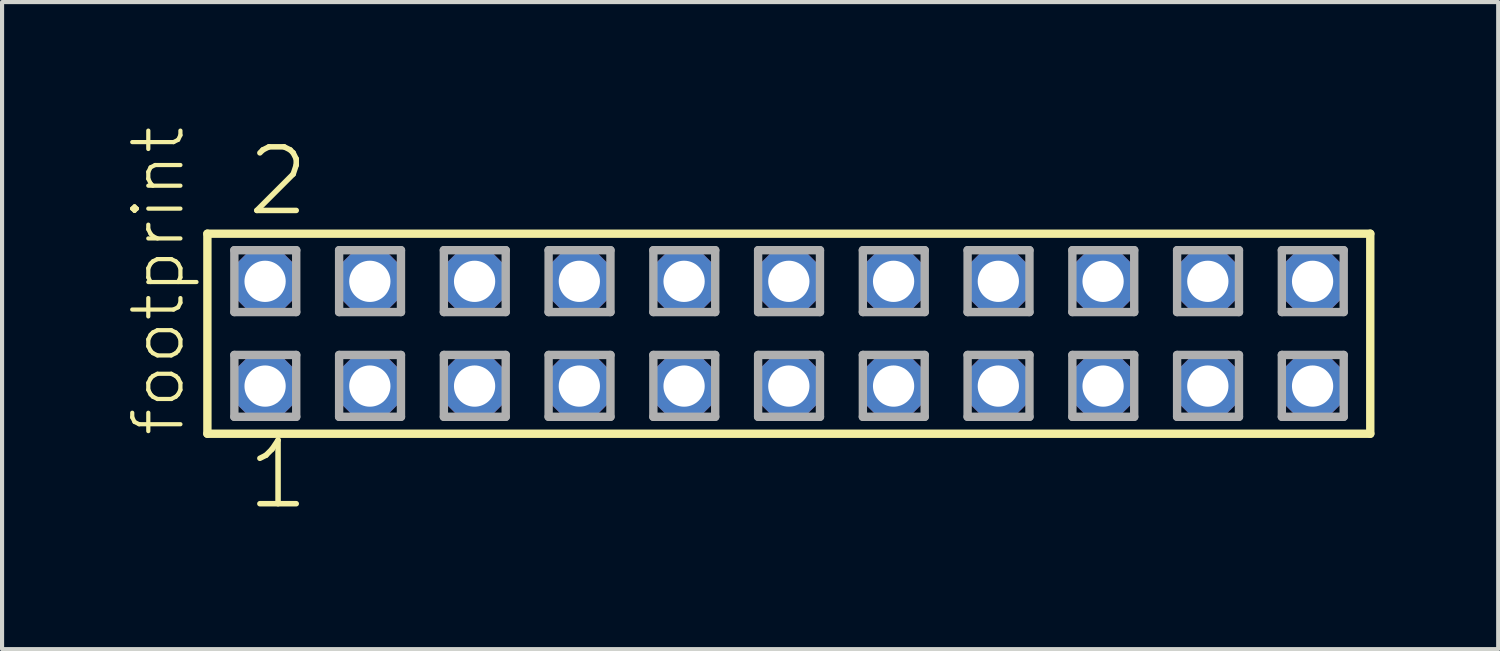
<source format=kicad_pcb>
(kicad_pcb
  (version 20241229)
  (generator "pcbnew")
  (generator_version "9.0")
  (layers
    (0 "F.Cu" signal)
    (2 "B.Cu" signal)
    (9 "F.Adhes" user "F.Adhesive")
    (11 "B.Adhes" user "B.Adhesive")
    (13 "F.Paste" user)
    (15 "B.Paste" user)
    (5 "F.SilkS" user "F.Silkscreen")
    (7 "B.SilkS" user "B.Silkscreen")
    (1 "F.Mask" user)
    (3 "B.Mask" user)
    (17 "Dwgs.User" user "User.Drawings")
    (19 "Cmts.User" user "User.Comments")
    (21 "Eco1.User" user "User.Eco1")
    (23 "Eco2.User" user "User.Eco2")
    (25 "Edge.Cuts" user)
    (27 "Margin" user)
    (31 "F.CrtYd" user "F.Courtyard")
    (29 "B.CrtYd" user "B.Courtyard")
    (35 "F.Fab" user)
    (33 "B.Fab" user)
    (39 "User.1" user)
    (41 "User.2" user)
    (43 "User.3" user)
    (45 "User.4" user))
  (footprint "footprint"
    (layer "F.Cu")
    (at 16.078 5.042)
    (property "Reference" "footprint" (at -14.605 2.54 90) (layer "F.SilkS") (effects (font (size 1.168 1.168) (thickness 0.102)) (justify left bottom)))
    (fp_line (start -14.099 -2.425) (end 14.099 -2.425) (stroke (width 0.203) (type solid)) (layer "F.SilkS"))
    (fp_line (start -14.099 2.425) (end -14.099 -2.425) (stroke (width 0.203) (type solid)) (layer "F.SilkS"))
    (fp_line (start 14.099 -2.425) (end 14.099 2.425) (stroke (width 0.203) (type solid)) (layer "F.SilkS"))
    (fp_line (start 14.099 2.425) (end -14.099 2.425) (stroke (width 0.203) (type solid)) (layer "F.SilkS"))
    (fp_line (start -13.445 -2.025) (end -11.945 -2.025) (stroke (width 0.203) (type solid)) (layer "F.Fab"))
    (fp_line (start -13.445 -0.525) (end -13.445 -2.025) (stroke (width 0.203) (type solid)) (layer "F.Fab"))
    (fp_line (start -13.445 0.515) (end -11.945 0.515) (stroke (width 0.203) (type solid)) (layer "F.Fab"))
    (fp_line (start -13.445 2.015) (end -13.445 0.515) (stroke (width 0.203) (type solid)) (layer "F.Fab"))
    (fp_line (start -11.945 -2.025) (end -11.945 -0.525) (stroke (width 0.203) (type solid)) (layer "F.Fab"))
    (fp_line (start -11.945 -0.525) (end -13.445 -0.525) (stroke (width 0.203) (type solid)) (layer "F.Fab"))
    (fp_line (start -11.945 0.515) (end -11.945 2.015) (stroke (width 0.203) (type solid)) (layer "F.Fab"))
    (fp_line (start -11.945 2.015) (end -13.445 2.015) (stroke (width 0.203) (type solid)) (layer "F.Fab"))
    (fp_line (start -10.905 -2.025) (end -9.405 -2.025) (stroke (width 0.203) (type solid)) (layer "F.Fab"))
    (fp_line (start -10.905 -0.525) (end -10.905 -2.025) (stroke (width 0.203) (type solid)) (layer "F.Fab"))
    (fp_line (start -10.905 0.515) (end -9.405 0.515) (stroke (width 0.203) (type solid)) (layer "F.Fab"))
    (fp_line (start -10.905 2.015) (end -10.905 0.515) (stroke (width 0.203) (type solid)) (layer "F.Fab"))
    (fp_line (start -9.405 -2.025) (end -9.405 -0.525) (stroke (width 0.203) (type solid)) (layer "F.Fab"))
    (fp_line (start -9.405 -0.525) (end -10.905 -0.525) (stroke (width 0.203) (type solid)) (layer "F.Fab"))
    (fp_line (start -9.405 0.515) (end -9.405 2.015) (stroke (width 0.203) (type solid)) (layer "F.Fab"))
    (fp_line (start -9.405 2.015) (end -10.905 2.015) (stroke (width 0.203) (type solid)) (layer "F.Fab"))
    (fp_line (start -8.365 -2.025) (end -6.865 -2.025) (stroke (width 0.203) (type solid)) (layer "F.Fab"))
    (fp_line (start -8.365 -0.525) (end -8.365 -2.025) (stroke (width 0.203) (type solid)) (layer "F.Fab"))
    (fp_line (start -8.365 0.515) (end -6.865 0.515) (stroke (width 0.203) (type solid)) (layer "F.Fab"))
    (fp_line (start -8.365 2.015) (end -8.365 0.515) (stroke (width 0.203) (type solid)) (layer "F.Fab"))
    (fp_line (start -6.865 -2.025) (end -6.865 -0.525) (stroke (width 0.203) (type solid)) (layer "F.Fab"))
    (fp_line (start -6.865 -0.525) (end -8.365 -0.525) (stroke (width 0.203) (type solid)) (layer "F.Fab"))
    (fp_line (start -6.865 0.515) (end -6.865 2.015) (stroke (width 0.203) (type solid)) (layer "F.Fab"))
    (fp_line (start -6.865 2.015) (end -8.365 2.015) (stroke (width 0.203) (type solid)) (layer "F.Fab"))
    (fp_line (start -5.825 -2.025) (end -4.325 -2.025) (stroke (width 0.203) (type solid)) (layer "F.Fab"))
    (fp_line (start -5.825 -0.525) (end -5.825 -2.025) (stroke (width 0.203) (type solid)) (layer "F.Fab"))
    (fp_line (start -5.825 0.515) (end -4.325 0.515) (stroke (width 0.203) (type solid)) (layer "F.Fab"))
    (fp_line (start -5.825 2.015) (end -5.825 0.515) (stroke (width 0.203) (type solid)) (layer "F.Fab"))
    (fp_line (start -4.325 -2.025) (end -4.325 -0.525) (stroke (width 0.203) (type solid)) (layer "F.Fab"))
    (fp_line (start -4.325 -0.525) (end -5.825 -0.525) (stroke (width 0.203) (type solid)) (layer "F.Fab"))
    (fp_line (start -4.325 0.515) (end -4.325 2.015) (stroke (width 0.203) (type solid)) (layer "F.Fab"))
    (fp_line (start -4.325 2.015) (end -5.825 2.015) (stroke (width 0.203) (type solid)) (layer "F.Fab"))
    (fp_line (start -3.285 -2.025) (end -1.785 -2.025) (stroke (width 0.203) (type solid)) (layer "F.Fab"))
    (fp_line (start -3.285 -0.525) (end -3.285 -2.025) (stroke (width 0.203) (type solid)) (layer "F.Fab"))
    (fp_line (start -3.285 0.515) (end -1.785 0.515) (stroke (width 0.203) (type solid)) (layer "F.Fab"))
    (fp_line (start -3.285 2.015) (end -3.285 0.515) (stroke (width 0.203) (type solid)) (layer "F.Fab"))
    (fp_line (start -1.785 -2.025) (end -1.785 -0.525) (stroke (width 0.203) (type solid)) (layer "F.Fab"))
    (fp_line (start -1.785 -0.525) (end -3.285 -0.525) (stroke (width 0.203) (type solid)) (layer "F.Fab"))
    (fp_line (start -1.785 0.515) (end -1.785 2.015) (stroke (width 0.203) (type solid)) (layer "F.Fab"))
    (fp_line (start -1.785 2.015) (end -3.285 2.015) (stroke (width 0.203) (type solid)) (layer "F.Fab"))
    (fp_line (start -0.745 -2.025) (end 0.755 -2.025) (stroke (width 0.203) (type solid)) (layer "F.Fab"))
    (fp_line (start -0.745 -0.525) (end -0.745 -2.025) (stroke (width 0.203) (type solid)) (layer "F.Fab"))
    (fp_line (start -0.745 0.515) (end 0.755 0.515) (stroke (width 0.203) (type solid)) (layer "F.Fab"))
    (fp_line (start -0.745 2.015) (end -0.745 0.515) (stroke (width 0.203) (type solid)) (layer "F.Fab"))
    (fp_line (start 0.755 -2.025) (end 0.755 -0.525) (stroke (width 0.203) (type solid)) (layer "F.Fab"))
    (fp_line (start 0.755 -0.525) (end -0.745 -0.525) (stroke (width 0.203) (type solid)) (layer "F.Fab"))
    (fp_line (start 0.755 0.515) (end 0.755 2.015) (stroke (width 0.203) (type solid)) (layer "F.Fab"))
    (fp_line (start 0.755 2.015) (end -0.745 2.015) (stroke (width 0.203) (type solid)) (layer "F.Fab"))
    (fp_line (start 1.795 -2.025) (end 3.295 -2.025) (stroke (width 0.203) (type solid)) (layer "F.Fab"))
    (fp_line (start 1.795 -0.525) (end 1.795 -2.025) (stroke (width 0.203) (type solid)) (layer "F.Fab"))
    (fp_line (start 1.795 0.515) (end 3.295 0.515) (stroke (width 0.203) (type solid)) (layer "F.Fab"))
    (fp_line (start 1.795 2.015) (end 1.795 0.515) (stroke (width 0.203) (type solid)) (layer "F.Fab"))
    (fp_line (start 3.295 -2.025) (end 3.295 -0.525) (stroke (width 0.203) (type solid)) (layer "F.Fab"))
    (fp_line (start 3.295 -0.525) (end 1.795 -0.525) (stroke (width 0.203) (type solid)) (layer "F.Fab"))
    (fp_line (start 3.295 0.515) (end 3.295 2.015) (stroke (width 0.203) (type solid)) (layer "F.Fab"))
    (fp_line (start 3.295 2.015) (end 1.795 2.015) (stroke (width 0.203) (type solid)) (layer "F.Fab"))
    (fp_line (start 4.335 -2.025) (end 5.835 -2.025) (stroke (width 0.203) (type solid)) (layer "F.Fab"))
    (fp_line (start 4.335 -0.525) (end 4.335 -2.025) (stroke (width 0.203) (type solid)) (layer "F.Fab"))
    (fp_line (start 4.335 0.515) (end 5.835 0.515) (stroke (width 0.203) (type solid)) (layer "F.Fab"))
    (fp_line (start 4.335 2.015) (end 4.335 0.515) (stroke (width 0.203) (type solid)) (layer "F.Fab"))
    (fp_line (start 5.835 -2.025) (end 5.835 -0.525) (stroke (width 0.203) (type solid)) (layer "F.Fab"))
    (fp_line (start 5.835 -0.525) (end 4.335 -0.525) (stroke (width 0.203) (type solid)) (layer "F.Fab"))
    (fp_line (start 5.835 0.515) (end 5.835 2.015) (stroke (width 0.203) (type solid)) (layer "F.Fab"))
    (fp_line (start 5.835 2.015) (end 4.335 2.015) (stroke (width 0.203) (type solid)) (layer "F.Fab"))
    (fp_line (start 6.875 -2.025) (end 8.375 -2.025) (stroke (width 0.203) (type solid)) (layer "F.Fab"))
    (fp_line (start 6.875 -0.525) (end 6.875 -2.025) (stroke (width 0.203) (type solid)) (layer "F.Fab"))
    (fp_line (start 6.875 0.515) (end 8.375 0.515) (stroke (width 0.203) (type solid)) (layer "F.Fab"))
    (fp_line (start 6.875 2.015) (end 6.875 0.515) (stroke (width 0.203) (type solid)) (layer "F.Fab"))
    (fp_line (start 8.375 -2.025) (end 8.375 -0.525) (stroke (width 0.203) (type solid)) (layer "F.Fab"))
    (fp_line (start 8.375 -0.525) (end 6.875 -0.525) (stroke (width 0.203) (type solid)) (layer "F.Fab"))
    (fp_line (start 8.375 0.515) (end 8.375 2.015) (stroke (width 0.203) (type solid)) (layer "F.Fab"))
    (fp_line (start 8.375 2.015) (end 6.875 2.015) (stroke (width 0.203) (type solid)) (layer "F.Fab"))
    (fp_line (start 9.415 -2.025) (end 10.915 -2.025) (stroke (width 0.203) (type solid)) (layer "F.Fab"))
    (fp_line (start 9.415 -0.525) (end 9.415 -2.025) (stroke (width 0.203) (type solid)) (layer "F.Fab"))
    (fp_line (start 9.415 0.515) (end 10.915 0.515) (stroke (width 0.203) (type solid)) (layer "F.Fab"))
    (fp_line (start 9.415 2.015) (end 9.415 0.515) (stroke (width 0.203) (type solid)) (layer "F.Fab"))
    (fp_line (start 10.915 -2.025) (end 10.915 -0.525) (stroke (width 0.203) (type solid)) (layer "F.Fab"))
    (fp_line (start 10.915 -0.525) (end 9.415 -0.525) (stroke (width 0.203) (type solid)) (layer "F.Fab"))
    (fp_line (start 10.915 0.515) (end 10.915 2.015) (stroke (width 0.203) (type solid)) (layer "F.Fab"))
    (fp_line (start 10.915 2.015) (end 9.415 2.015) (stroke (width 0.203) (type solid)) (layer "F.Fab"))
    (fp_line (start 11.955 -2.025) (end 13.455 -2.025) (stroke (width 0.203) (type solid)) (layer "F.Fab"))
    (fp_line (start 11.955 -0.525) (end 11.955 -2.025) (stroke (width 0.203) (type solid)) (layer "F.Fab"))
    (fp_line (start 11.955 0.515) (end 13.455 0.515) (stroke (width 0.203) (type solid)) (layer "F.Fab"))
    (fp_line (start 11.955 2.015) (end 11.955 0.515) (stroke (width 0.203) (type solid)) (layer "F.Fab"))
    (fp_line (start 13.455 -2.025) (end 13.455 -0.525) (stroke (width 0.203) (type solid)) (layer "F.Fab"))
    (fp_line (start 13.455 -0.525) (end 11.955 -0.525) (stroke (width 0.203) (type solid)) (layer "F.Fab"))
    (fp_line (start 13.455 0.515) (end 13.455 2.015) (stroke (width 0.203) (type solid)) (layer "F.Fab"))
    (fp_line (start 13.455 2.015) (end 11.955 2.015) (stroke (width 0.203) (type solid)) (layer "F.Fab"))
    (fp_text user "1" (at -13.208 4.318 0) (layer "F.SilkS") (effects (font (size 1.542 1.542) (thickness 0.134)) (justify left bottom)))
    (fp_text user "2" (at -13.208 -2.794 0) (layer "F.SilkS") (effects (font (size 1.542 1.542) (thickness 0.134)) (justify left bottom)))
    (pad "1" thru_hole roundrect (at -12.7 1.27) (size 1.5 1.5) (drill 1) (layers "*.Cu" "*.Mask") (roundrect_rratio 0.25) (chamfer_ratio 0.25) (chamfer top_left top_right bottom_left bottom_right))
    (pad "2" thru_hole roundrect (at -12.7 -1.27) (size 1.5 1.5) (drill 1) (layers "*.Cu" "*.Mask") (roundrect_rratio 0.25) (chamfer_ratio 0.25) (chamfer top_left top_right bottom_left bottom_right))
    (pad "3" thru_hole roundrect (at -10.16 1.27) (size 1.5 1.5) (drill 1) (layers "*.Cu" "*.Mask") (roundrect_rratio 0.25) (chamfer_ratio 0.25) (chamfer top_left top_right bottom_left bottom_right))
    (pad "4" thru_hole roundrect (at -10.16 -1.27) (size 1.5 1.5) (drill 1) (layers "*.Cu" "*.Mask") (roundrect_rratio 0.25) (chamfer_ratio 0.25) (chamfer top_left top_right bottom_left bottom_right))
    (pad "5" thru_hole roundrect (at -7.62 1.27) (size 1.5 1.5) (drill 1) (layers "*.Cu" "*.Mask") (roundrect_rratio 0.25) (chamfer_ratio 0.25) (chamfer top_left top_right bottom_left bottom_right))
    (pad "6" thru_hole roundrect (at -7.62 -1.27) (size 1.5 1.5) (drill 1) (layers "*.Cu" "*.Mask") (roundrect_rratio 0.25) (chamfer_ratio 0.25) (chamfer top_left top_right bottom_left bottom_right))
    (pad "7" thru_hole roundrect (at -5.08 1.27) (size 1.5 1.5) (drill 1) (layers "*.Cu" "*.Mask") (roundrect_rratio 0.25) (chamfer_ratio 0.25) (chamfer top_left top_right bottom_left bottom_right))
    (pad "8" thru_hole roundrect (at -5.08 -1.27) (size 1.5 1.5) (drill 1) (layers "*.Cu" "*.Mask") (roundrect_rratio 0.25) (chamfer_ratio 0.25) (chamfer top_left top_right bottom_left bottom_right))
    (pad "9" thru_hole roundrect (at -2.54 1.27) (size 1.5 1.5) (drill 1) (layers "*.Cu" "*.Mask") (roundrect_rratio 0.25) (chamfer_ratio 0.25) (chamfer top_left top_right bottom_left bottom_right))
    (pad "10" thru_hole roundrect (at -2.54 -1.27) (size 1.5 1.5) (drill 1) (layers "*.Cu" "*.Mask") (roundrect_rratio 0.25) (chamfer_ratio 0.25) (chamfer top_left top_right bottom_left bottom_right))
    (pad "11" thru_hole roundrect (at 0 1.27) (size 1.5 1.5) (drill 1) (layers "*.Cu" "*.Mask") (roundrect_rratio 0.25) (chamfer_ratio 0.25) (chamfer top_left top_right bottom_left bottom_right))
    (pad "12" thru_hole roundrect (at 0 -1.27) (size 1.5 1.5) (drill 1) (layers "*.Cu" "*.Mask") (roundrect_rratio 0.25) (chamfer_ratio 0.25) (chamfer top_left top_right bottom_left bottom_right))
    (pad "13" thru_hole roundrect (at 2.54 1.27) (size 1.5 1.5) (drill 1) (layers "*.Cu" "*.Mask") (roundrect_rratio 0.25) (chamfer_ratio 0.25) (chamfer top_left top_right bottom_left bottom_right))
    (pad "14" thru_hole roundrect (at 2.54 -1.27) (size 1.5 1.5) (drill 1) (layers "*.Cu" "*.Mask") (roundrect_rratio 0.25) (chamfer_ratio 0.25) (chamfer top_left top_right bottom_left bottom_right))
    (pad "15" thru_hole roundrect (at 5.08 1.27) (size 1.5 1.5) (drill 1) (layers "*.Cu" "*.Mask") (roundrect_rratio 0.25) (chamfer_ratio 0.25) (chamfer top_left top_right bottom_left bottom_right))
    (pad "16" thru_hole roundrect (at 5.08 -1.27) (size 1.5 1.5) (drill 1) (layers "*.Cu" "*.Mask") (roundrect_rratio 0.25) (chamfer_ratio 0.25) (chamfer top_left top_right bottom_left bottom_right))
    (pad "17" thru_hole roundrect (at 7.62 1.27) (size 1.5 1.5) (drill 1) (layers "*.Cu" "*.Mask") (roundrect_rratio 0.25) (chamfer_ratio 0.25) (chamfer top_left top_right bottom_left bottom_right))
    (pad "18" thru_hole roundrect (at 7.62 -1.27) (size 1.5 1.5) (drill 1) (layers "*.Cu" "*.Mask") (roundrect_rratio 0.25) (chamfer_ratio 0.25) (chamfer top_left top_right bottom_left bottom_right))
    (pad "19" thru_hole roundrect (at 10.16 1.27) (size 1.5 1.5) (drill 1) (layers "*.Cu" "*.Mask") (roundrect_rratio 0.25) (chamfer_ratio 0.25) (chamfer top_left top_right bottom_left bottom_right))
    (pad "20" thru_hole roundrect (at 10.16 -1.27) (size 1.5 1.5) (drill 1) (layers "*.Cu" "*.Mask") (roundrect_rratio 0.25) (chamfer_ratio 0.25) (chamfer top_left top_right bottom_left bottom_right))
    (pad "21" thru_hole roundrect (at 12.7 1.27) (size 1.5 1.5) (drill 1) (layers "*.Cu" "*.Mask") (roundrect_rratio 0.25) (chamfer_ratio 0.25) (chamfer top_left top_right bottom_left bottom_right))
    (pad "22" thru_hole roundrect (at 12.7 -1.27) (size 1.5 1.5) (drill 1) (layers "*.Cu" "*.Mask") (roundrect_rratio 0.25) (chamfer_ratio 0.25) (chamfer top_left top_right bottom_left bottom_right)))
  (gr_rect
    (start -3 -3)
    (end 33.279 12.691)
    (stroke (width 0.1) (type default))
    (fill no)
    (layer "Edge.Cuts")))
</source>
